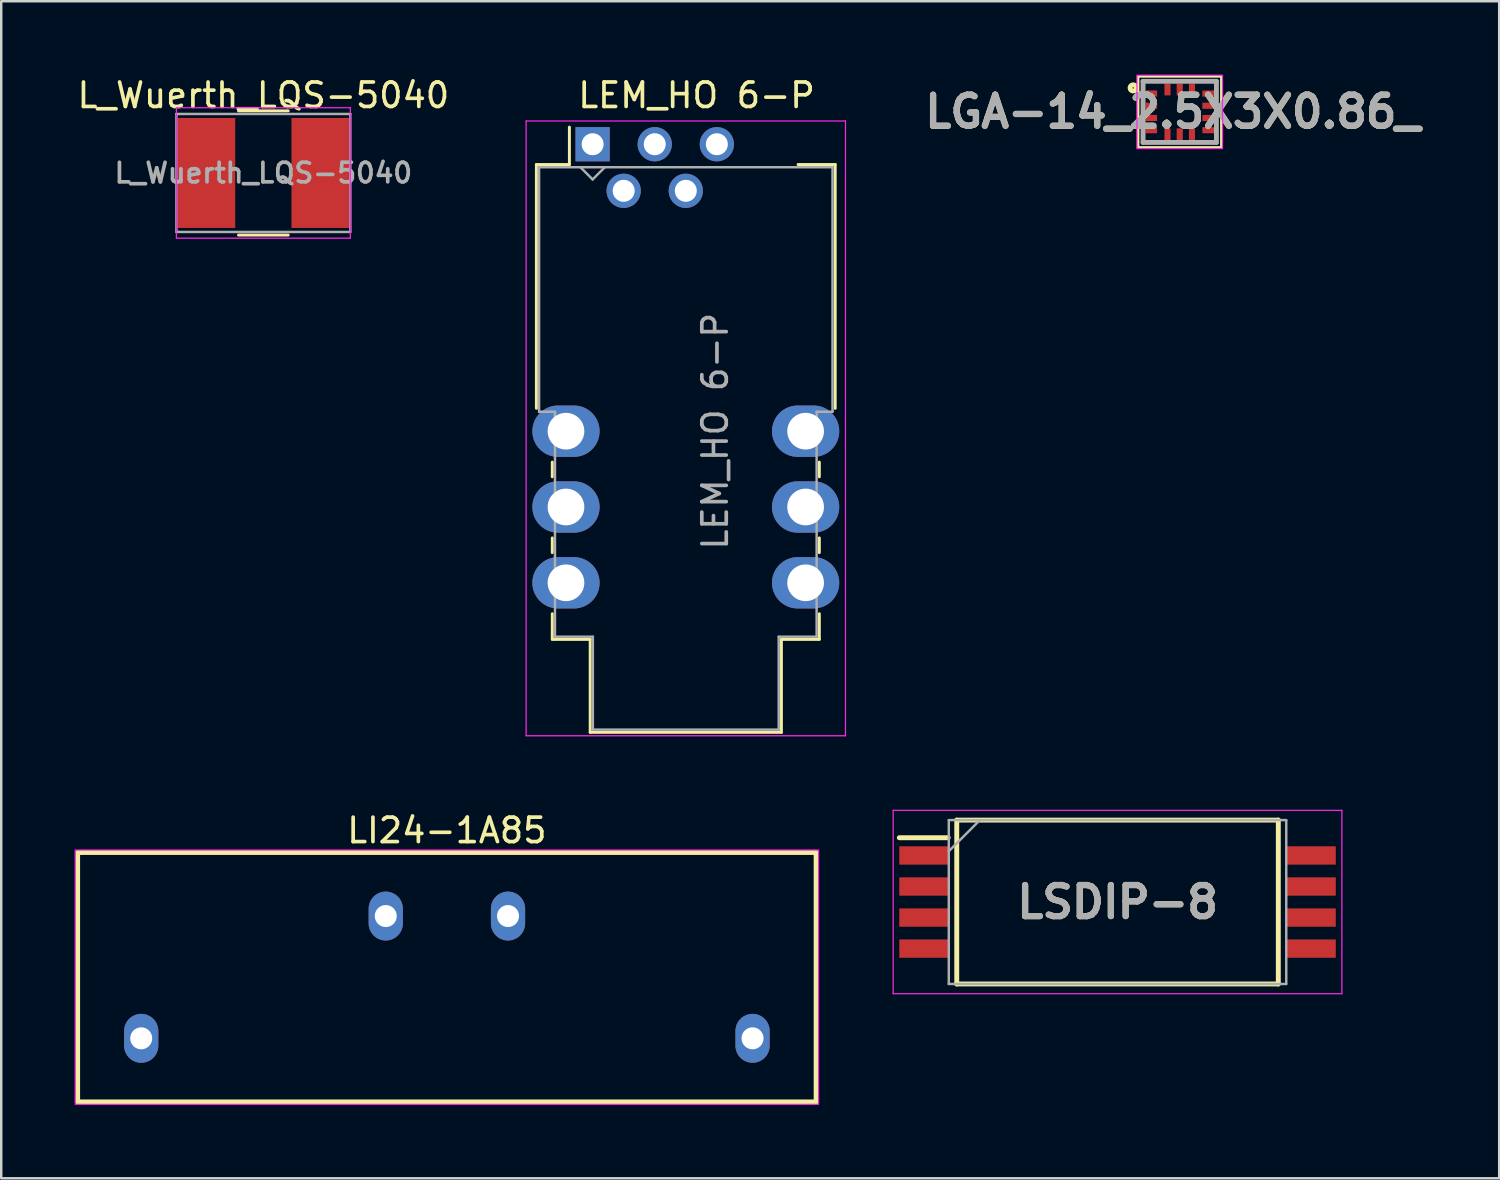
<source format=kicad_pcb>
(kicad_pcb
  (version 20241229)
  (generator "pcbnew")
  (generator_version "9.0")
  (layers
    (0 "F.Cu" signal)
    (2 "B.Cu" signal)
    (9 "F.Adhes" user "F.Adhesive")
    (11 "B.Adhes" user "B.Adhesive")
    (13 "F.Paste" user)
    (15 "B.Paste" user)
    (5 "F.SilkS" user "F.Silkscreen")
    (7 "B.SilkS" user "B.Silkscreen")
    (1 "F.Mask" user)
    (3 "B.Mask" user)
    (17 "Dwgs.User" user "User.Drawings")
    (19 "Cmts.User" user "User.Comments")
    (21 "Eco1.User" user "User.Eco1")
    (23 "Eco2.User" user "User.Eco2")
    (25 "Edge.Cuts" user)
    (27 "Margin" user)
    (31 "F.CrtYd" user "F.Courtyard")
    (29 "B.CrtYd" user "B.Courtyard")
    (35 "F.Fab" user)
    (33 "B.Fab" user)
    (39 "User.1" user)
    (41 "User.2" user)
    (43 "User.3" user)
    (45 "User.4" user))
  (footprint "LI24-1A85"
    (layer "F.Cu")
    (at 15.225 36.911)
    (property "Reference" "LI24-1A85" (at 0 -6 180) (layer "F.SilkS") (effects (font (size 1 1) (thickness 0.15))))
    (attr through_hole)
    (fp_rect (start -15.1 -5.1) (end 15.1 5.1) (stroke (width 0.2) (type solid)) (fill no) (layer "F.SilkS"))
    (fp_rect (start -15.2 -5.2) (end 15.2 5.2) (stroke (width 0.05) (type solid)) (fill no) (layer "F.CrtYd"))
    (pad "1" thru_hole oval (at -12.5 2.5) (size 1.4 2) (drill 0.9) (layers "*.Cu" "*.Mask"))
    (pad "2" thru_hole oval (at 12.5 2.5) (size 1.4 2) (drill 0.9) (layers "*.Cu" "*.Mask"))
    (pad "3" thru_hole oval (at 2.5 -2.5) (size 1.4 2) (drill 0.9) (layers "*.Cu" "*.Mask"))
    (pad "4" thru_hole oval (at -2.5 -2.5) (size 1.4 2) (drill 0.9) (layers "*.Cu" "*.Mask")))
  (footprint "LSDIP-8"
    (layer "F.Cu")
    (at 42.65 33.838)
    (property "Reference" "LSDIP-8" (at 0 0 0) (layer "F.SilkS") (effects (font (size 1.27 1.27) (thickness 0.254))))
    (attr smd)
    (fp_line (start -8.925 -2.63) (end -6.925 -2.63) (stroke (width 0.2) (type solid)) (layer "F.SilkS"))
    (fp_line (start -6.575 -3.35) (end 6.575 -3.35) (stroke (width 0.2) (type solid)) (layer "F.SilkS"))
    (fp_line (start -6.575 3.35) (end -6.575 -3.35) (stroke (width 0.2) (type solid)) (layer "F.SilkS"))
    (fp_line (start 6.575 -3.35) (end 6.575 3.35) (stroke (width 0.2) (type solid)) (layer "F.SilkS"))
    (fp_line (start 6.575 3.35) (end -6.575 3.35) (stroke (width 0.2) (type solid)) (layer "F.SilkS"))
    (fp_line (start -9.175 -3.75) (end 9.175 -3.75) (stroke (width 0.05) (type solid)) (layer "F.CrtYd"))
    (fp_line (start -9.175 3.75) (end -9.175 -3.75) (stroke (width 0.05) (type solid)) (layer "F.CrtYd"))
    (fp_line (start 9.175 -3.75) (end 9.175 3.75) (stroke (width 0.05) (type solid)) (layer "F.CrtYd"))
    (fp_line (start 9.175 3.75) (end -9.175 3.75) (stroke (width 0.05) (type solid)) (layer "F.CrtYd"))
    (fp_line (start -6.9 -3.35) (end 6.9 -3.35) (stroke (width 0.1) (type solid)) (layer "F.Fab"))
    (fp_line (start -6.9 -2.08) (end -5.63 -3.35) (stroke (width 0.1) (type solid)) (layer "F.Fab"))
    (fp_line (start -6.9 3.35) (end -6.9 -3.35) (stroke (width 0.1) (type solid)) (layer "F.Fab"))
    (fp_line (start 6.9 -3.35) (end 6.9 3.35) (stroke (width 0.1) (type solid)) (layer "F.Fab"))
    (fp_line (start 6.9 3.35) (end -6.9 3.35) (stroke (width 0.1) (type solid)) (layer "F.Fab"))
    (fp_text user "${REFERENCE}" (at 0 0 0) (layer "F.Fab") (effects (font (size 1.27 1.27) (thickness 0.254))))
    (pad "1" smd rect (at -7.925 -1.905 90) (size 0.75 2) (layers "F.Cu" "F.Mask" "F.Paste"))
    (pad "2" smd rect (at -7.925 -0.635 90) (size 0.75 2) (layers "F.Cu" "F.Mask" "F.Paste"))
    (pad "3" smd rect (at -7.925 0.635 90) (size 0.75 2) (layers "F.Cu" "F.Mask" "F.Paste"))
    (pad "4" smd rect (at -7.925 1.905 90) (size 0.75 2) (layers "F.Cu" "F.Mask" "F.Paste"))
    (pad "5" smd rect (at 7.925 1.905 90) (size 0.75 2) (layers "F.Cu" "F.Mask" "F.Paste"))
    (pad "6" smd rect (at 7.925 0.635 90) (size 0.75 2) (layers "F.Cu" "F.Mask" "F.Paste"))
    (pad "7" smd rect (at 7.925 -0.635 90) (size 0.75 2) (layers "F.Cu" "F.Mask" "F.Paste"))
    (pad "8" smd rect (at 7.925 -1.905 90) (size 0.75 2) (layers "F.Cu" "F.Mask" "F.Paste")))
  (footprint "L_Wuerth_LQS-5040"
    (layer "F.Cu")
    (at 7.72 4.023)
    (property "Reference" "L_Wuerth_LQS-5040" (at 0 -3.175 0) (layer "F.SilkS") (effects (font (size 1 1) (thickness 0.15))))
    (attr smd)
    (fp_line (start -1.016 -2.54) (end 1.016 -2.54) (stroke (width 0.12) (type solid)) (layer "F.SilkS"))
    (fp_line (start -1.016 2.54) (end 1.016 2.54) (stroke (width 0.12) (type solid)) (layer "F.SilkS"))
    (fp_line (start -3.556 -2.667) (end -3.556 2.667) (stroke (width 0.05) (type solid)) (layer "F.CrtYd"))
    (fp_line (start -3.556 2.667) (end 3.556 2.667) (stroke (width 0.05) (type solid)) (layer "F.CrtYd"))
    (fp_line (start 3.556 -2.667) (end -3.556 -2.667) (stroke (width 0.05) (type solid)) (layer "F.CrtYd"))
    (fp_line (start 3.556 2.667) (end 3.556 -2.667) (stroke (width 0.05) (type solid)) (layer "F.CrtYd"))
    (fp_line (start -3.556 -2.413) (end 3.556 -2.413) (stroke (width 0.1) (type solid)) (layer "F.Fab"))
    (fp_line (start -3.556 2.413) (end -3.556 -2.413) (stroke (width 0.1) (type solid)) (layer "F.Fab"))
    (fp_line (start 3.556 -2.413) (end 3.556 2.413) (stroke (width 0.1) (type solid)) (layer "F.Fab"))
    (fp_line (start 3.556 2.413) (end -3.556 2.413) (stroke (width 0.1) (type solid)) (layer "F.Fab"))
    (fp_text user "${REFERENCE}" (at 0 0 0) (layer "F.Fab") (effects (font (size 0.8 0.8) (thickness 0.15))))
    (pad "1" smd rect (at -2.325 0) (size 2.35 4.5) (layers "F.Cu" "F.Mask" "F.Paste"))
    (pad "2" smd rect (at 2.325 0) (size 2.35 4.5) (layers "F.Cu" "F.Mask" "F.Paste")))
  (footprint "LEM_HO 6-P"
    (layer "F.Cu")
    (at 21.185 2.848)
    (property "Reference" "LEM_HO 6-P" (at 4.25 -2 180) (layer "F.SilkS") (effects (font (size 1 1) (thickness 0.15))))
    (attr through_hole)
    (fp_line (start -2.3 0.83) (end -2.3 10.8) (stroke (width 0.12) (type solid)) (layer "F.SilkS"))
    (fp_line (start -2.3 0.83) (end -0.95 0.83) (stroke (width 0.12) (type solid)) (layer "F.SilkS"))
    (fp_line (start -1.65 13) (end -1.65 13.6) (stroke (width 0.12) (type solid)) (layer "F.SilkS"))
    (fp_line (start -1.65 16.1) (end -1.65 16.7) (stroke (width 0.12) (type solid)) (layer "F.SilkS"))
    (fp_line (start -1.65 19.2) (end -1.65 20.24) (stroke (width 0.12) (type solid)) (layer "F.SilkS"))
    (fp_line (start -1.65 20.25) (end -0.1 20.25) (stroke (width 0.12) (type solid)) (layer "F.SilkS"))
    (fp_line (start -0.95 0.83) (end -0.95 -0.7) (stroke (width 0.12) (type solid)) (layer "F.SilkS"))
    (fp_line (start -0.1 20.25) (end -0.1 24.05) (stroke (width 0.12) (type solid)) (layer "F.SilkS"))
    (fp_line (start -0.1 24.05) (end 7.72 24.05) (stroke (width 0.12) (type solid)) (layer "F.SilkS"))
    (fp_line (start 7.72 20.25) (end 9.27 20.25) (stroke (width 0.12) (type solid)) (layer "F.SilkS"))
    (fp_line (start 7.72 24.05) (end 7.72 20.25) (stroke (width 0.12) (type solid)) (layer "F.SilkS"))
    (fp_line (start 9.27 13) (end 9.27 13.6) (stroke (width 0.12) (type solid)) (layer "F.SilkS"))
    (fp_line (start 9.27 16.1) (end 9.27 16.7) (stroke (width 0.12) (type solid)) (layer "F.SilkS"))
    (fp_line (start 9.27 19.2) (end 9.27 20.24) (stroke (width 0.12) (type solid)) (layer "F.SilkS"))
    (fp_line (start 9.92 0.83) (end 8.4 0.83) (stroke (width 0.12) (type solid)) (layer "F.SilkS"))
    (fp_line (start 9.92 10.8) (end 9.92 0.83) (stroke (width 0.12) (type solid)) (layer "F.SilkS"))
    (fp_line (start -2.72 -0.95) (end -2.72 24.19) (stroke (width 0.05) (type solid)) (layer "F.CrtYd"))
    (fp_line (start -2.72 24.19) (end 10.34 24.19) (stroke (width 0.05) (type solid)) (layer "F.CrtYd"))
    (fp_line (start 10.34 -0.95) (end -2.72 -0.95) (stroke (width 0.05) (type solid)) (layer "F.CrtYd"))
    (fp_line (start 10.34 24.19) (end 10.34 -0.95) (stroke (width 0.05) (type solid)) (layer "F.CrtYd"))
    (fp_line (start -2.19 10.94) (end -2.19 0.94) (stroke (width 0.1) (type solid)) (layer "F.Fab"))
    (fp_line (start -2.19 10.94) (end -1.54 10.94) (stroke (width 0.1) (type solid)) (layer "F.Fab"))
    (fp_line (start -1.54 10.94) (end -1.54 20.14) (stroke (width 0.1) (type solid)) (layer "F.Fab"))
    (fp_line (start -0.5 0.94) (end 0 1.44) (stroke (width 0.1) (type solid)) (layer "F.Fab"))
    (fp_line (start 0 1.44) (end 0.5 0.94) (stroke (width 0.1) (type solid)) (layer "F.Fab"))
    (fp_line (start 0.01 20.14) (end -1.54 20.14) (stroke (width 0.1) (type solid)) (layer "F.Fab"))
    (fp_line (start 0.01 23.94) (end 0.01 20.14) (stroke (width 0.1) (type solid)) (layer "F.Fab"))
    (fp_line (start 0.01 23.94) (end 7.61 23.94) (stroke (width 0.1) (type solid)) (layer "F.Fab"))
    (fp_line (start 7.61 20.14) (end 9.16 20.14) (stroke (width 0.1) (type solid)) (layer "F.Fab"))
    (fp_line (start 7.61 23.94) (end 7.61 20.14) (stroke (width 0.1) (type solid)) (layer "F.Fab"))
    (fp_line (start 9.16 10.94) (end 9.16 20.14) (stroke (width 0.1) (type solid)) (layer "F.Fab"))
    (fp_line (start 9.81 0.94) (end -2.19 0.94) (stroke (width 0.1) (type solid)) (layer "F.Fab"))
    (fp_line (start 9.81 0.94) (end 9.81 10.94) (stroke (width 0.1) (type solid)) (layer "F.Fab"))
    (fp_line (start 9.81 10.94) (end 9.16 10.94) (stroke (width 0.1) (type solid)) (layer "F.Fab"))
    (fp_text user "${REFERENCE}" (at 5.01 11.735 270) (layer "F.Fab") (effects (font (size 1 1) (thickness 0.15))))
    (pad "1" thru_hole rect (at 0 0) (size 1.4 1.4) (drill 0.9) (layers "*.Cu" "*.Mask"))
    (pad "2" thru_hole circle (at 1.27 1.905) (size 1.4 1.4) (drill 0.9) (layers "*.Cu" "*.Mask"))
    (pad "3" thru_hole circle (at 2.54 0) (size 1.4 1.4) (drill 0.9) (layers "*.Cu" "*.Mask"))
    (pad "4" thru_hole circle (at 3.81 1.905) (size 1.4 1.4) (drill 0.9) (layers "*.Cu" "*.Mask"))
    (pad "5" thru_hole circle (at 5.08 0) (size 1.4 1.4) (drill 0.9) (layers "*.Cu" "*.Mask"))
    (pad "8" thru_hole oval (at 8.71 11.735) (size 2.75 2.1) (drill 1.5) (layers "*.Cu" "*.Mask"))
    (pad "9" thru_hole oval (at 8.71 14.835) (size 2.75 2.1) (drill 1.5) (layers "*.Cu" "*.Mask"))
    (pad "10" thru_hole oval (at 8.71 17.935) (size 2.75 2.1) (drill 1.5) (layers "*.Cu" "*.Mask"))
    (pad "11" thru_hole oval (at -1.09 17.935) (size 2.75 2.1) (drill 1.5) (layers "*.Cu" "*.Mask"))
    (pad "12" thru_hole oval (at -1.09 14.835) (size 2.75 2.1) (drill 1.5) (layers "*.Cu" "*.Mask"))
    (pad "13" thru_hole oval (at -1.09 11.735) (size 2.75 2.1) (drill 1.5) (layers "*.Cu" "*.Mask")))
  (footprint "LGA-14_2.5X3X0.86_"
    (layer "F.Cu")
    (at 45.194 1.525)
    (property "Reference" "LGA-14_2.5X3X0.86_" (at -0.29 -0.006 0) (layer "F.SilkS") (effects (font (size 1.27 1.27) (thickness 0.254))))
    (attr smd)
    (fp_rect (start -1.7 -1.45) (end 1.7 1.45) (stroke (width 0.1) (type default)) (fill no) (layer "F.SilkS"))
    (fp_circle (center -1.905 -0.98) (end -1.905 -0.953) (stroke (width 0.2) (type solid)) (fill no) (layer "F.SilkS"))
    (fp_rect (start -1.75 -1.5) (end 1.75 1.5) (stroke (width 0.05) (type default)) (fill no) (layer "F.CrtYd"))
    (fp_line (start -1.5 -1.25) (end 1.5 -1.25) (stroke (width 0.2) (type solid)) (layer "F.Fab"))
    (fp_line (start -1.5 1.25) (end -1.5 -1.25) (stroke (width 0.2) (type solid)) (layer "F.Fab"))
    (fp_line (start 1.5 -1.25) (end 1.5 1.25) (stroke (width 0.2) (type solid)) (layer "F.Fab"))
    (fp_line (start 1.5 1.25) (end -1.5 1.25) (stroke (width 0.2) (type solid)) (layer "F.Fab"))
    (fp_text user "${REFERENCE}" (at -0.29 -0.006 0) (layer "F.Fab") (effects (font (size 1.27 1.27) (thickness 0.254))))
    (pad "1" smd rect (at -1.163 -0.75 90) (size 0.25 0.475) (layers "F.Cu" "F.Mask" "F.Paste"))
    (pad "2" smd rect (at -1.163 -0.25 90) (size 0.25 0.475) (layers "F.Cu" "F.Mask" "F.Paste"))
    (pad "3" smd rect (at -1.163 0.25 90) (size 0.25 0.475) (layers "F.Cu" "F.Mask" "F.Paste"))
    (pad "4" smd rect (at -1.163 0.75 90) (size 0.25 0.475) (layers "F.Cu" "F.Mask" "F.Paste"))
    (pad "5" smd rect (at -0.5 0.912) (size 0.25 0.475) (layers "F.Cu" "F.Mask" "F.Paste"))
    (pad "6" smd rect (at 0 0.912) (size 0.25 0.475) (layers "F.Cu" "F.Mask" "F.Paste"))
    (pad "7" smd rect (at 0.5 0.912) (size 0.25 0.475) (layers "F.Cu" "F.Mask" "F.Paste"))
    (pad "8" smd rect (at 1.163 0.75 90) (size 0.25 0.475) (layers "F.Cu" "F.Mask" "F.Paste"))
    (pad "9" smd rect (at 1.163 0.25 90) (size 0.25 0.475) (layers "F.Cu" "F.Mask" "F.Paste"))
    (pad "10" smd rect (at 1.163 -0.25 90) (size 0.25 0.475) (layers "F.Cu" "F.Mask" "F.Paste"))
    (pad "11" smd rect (at 1.163 -0.75 90) (size 0.25 0.475) (layers "F.Cu" "F.Mask" "F.Paste"))
    (pad "12" smd rect (at 0.5 -0.912) (size 0.25 0.475) (layers "F.Cu" "F.Mask" "F.Paste"))
    (pad "13" smd rect (at 0 -0.912) (size 0.25 0.475) (layers "F.Cu" "F.Mask" "F.Paste"))
    (pad "14" smd rect (at -0.5 -0.912) (size 0.25 0.475) (layers "F.Cu" "F.Mask" "F.Paste")))
  (gr_rect
    (start -3 -3)
    (end 58.258 45.136)
    (stroke (width 0.1) (type default))
    (fill no)
    (layer "Edge.Cuts")))
</source>
